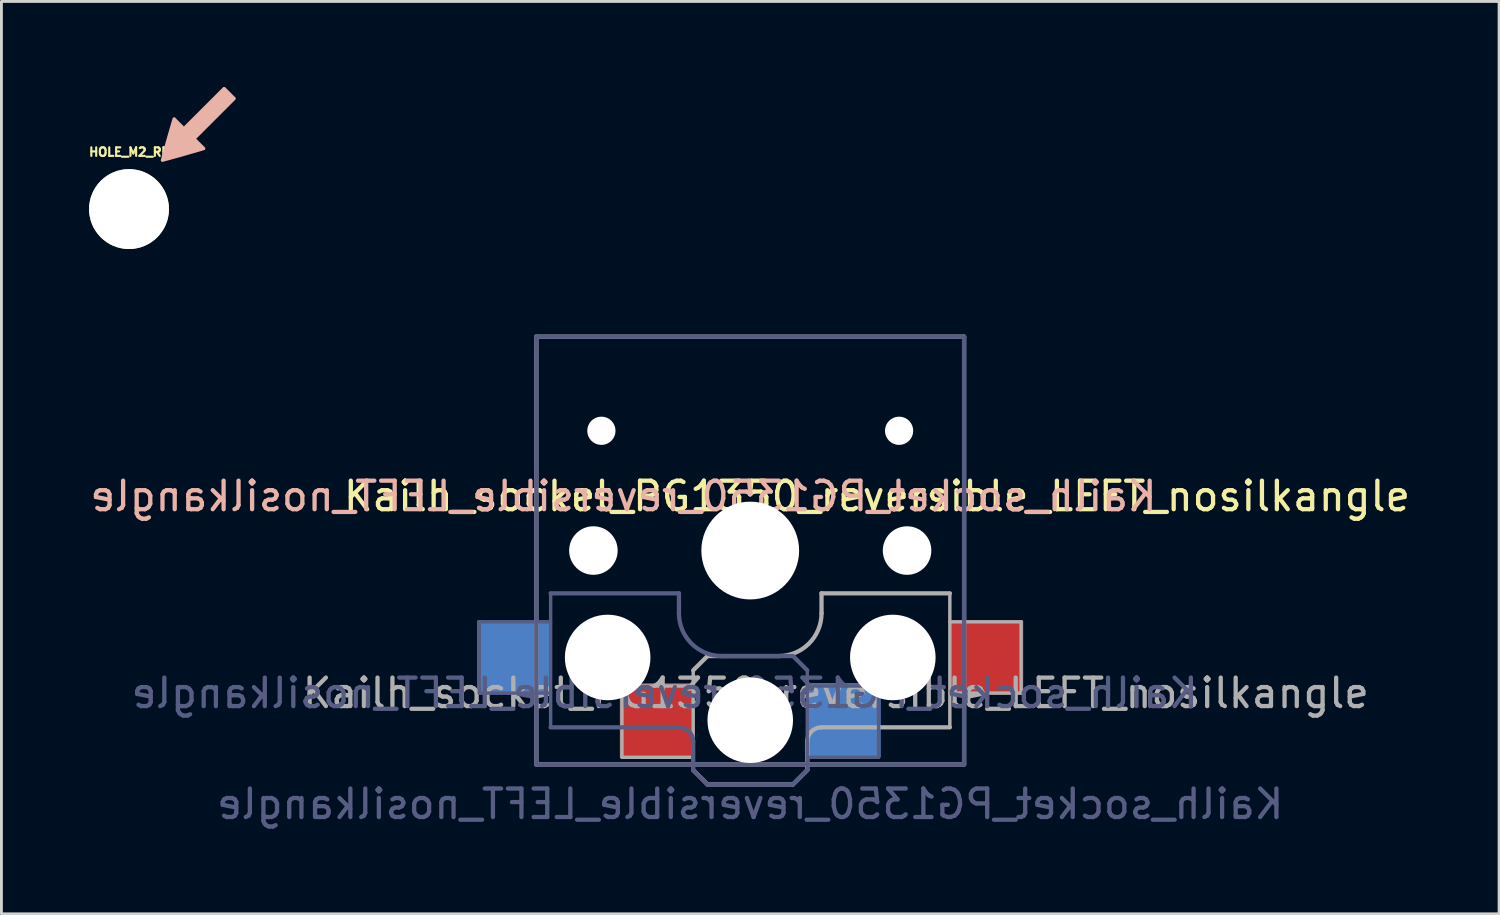
<source format=kicad_pcb>
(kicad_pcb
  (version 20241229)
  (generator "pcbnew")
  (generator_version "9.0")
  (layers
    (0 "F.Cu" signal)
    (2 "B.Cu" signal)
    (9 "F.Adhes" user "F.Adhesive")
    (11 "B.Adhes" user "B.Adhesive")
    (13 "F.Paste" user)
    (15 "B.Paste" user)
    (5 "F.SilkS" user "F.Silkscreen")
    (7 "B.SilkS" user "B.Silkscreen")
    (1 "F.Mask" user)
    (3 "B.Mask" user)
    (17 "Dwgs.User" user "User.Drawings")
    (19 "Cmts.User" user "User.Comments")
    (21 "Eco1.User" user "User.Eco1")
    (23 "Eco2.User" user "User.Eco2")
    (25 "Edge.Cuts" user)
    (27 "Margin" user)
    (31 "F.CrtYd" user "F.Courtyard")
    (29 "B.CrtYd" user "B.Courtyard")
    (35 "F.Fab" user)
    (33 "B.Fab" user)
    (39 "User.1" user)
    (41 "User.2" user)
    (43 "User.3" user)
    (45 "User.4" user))
  (footprint "HOLE_M2_RF"
    (layer "F.Cu")
    (at 1.474 4.282)
    (property "Reference" "HOLE_M2_RF" (at 0 -2 0) (layer "F.SilkS") (effects (font (size 0.3 0.3) (thickness 0.075))))
    (attr through_hole)
    (fp_poly (pts (xy 1.143 -1.663) (xy 1.166 -1.655) (xy 1.177 -1.656) (xy 1.202 -1.662) (xy 1.238 -1.671) (xy 1.286 -1.684) (xy 1.343 -1.699) (xy 1.409 -1.717) (xy 1.482 -1.737) (xy 1.561 -1.759) (xy 1.645 -1.782) (xy 1.733 -1.807) (xy 1.823 -1.832) (xy 1.914 -1.858) (xy 2.005 -1.884) (xy 2.095 -1.91) (xy 2.183 -1.935) (xy 2.267 -1.959) (xy 2.346 -1.982) (xy 2.419 -2.004) (xy 2.485 -2.023) (xy 2.542 -2.04) (xy 2.59 -2.055) (xy 2.627 -2.066) (xy 2.651 -2.074) (xy 2.663 -2.079) (xy 2.663 -2.079) (xy 2.673 -2.097) (xy 2.677 -2.119) (xy 2.677 -2.12) (xy 2.677 -2.146) (xy 2.358 -2.466) (xy 3.742 -3.85) (xy 3.742 -3.903) (xy 3.363 -4.282) (xy 3.309 -4.282) (xy 1.925 -2.898) (xy 1.606 -3.218) (xy 1.579 -3.218) (xy 1.557 -3.214) (xy 1.539 -3.204) (xy 1.539 -3.203) (xy 1.535 -3.194) (xy 1.527 -3.172) (xy 1.516 -3.137) (xy 1.502 -3.09) (xy 1.485 -3.034) (xy 1.466 -2.97) (xy 1.445 -2.898) (xy 1.422 -2.819) (xy 1.398 -2.736) (xy 1.373 -2.649) (xy 1.347 -2.559) (xy 1.321 -2.468) (xy 1.295 -2.376) (xy 1.27 -2.286) (xy 1.245 -2.198) (xy 1.222 -2.113) (xy 1.2 -2.033) (xy 1.179 -1.96) (xy 1.161 -1.893) (xy 1.145 -1.834) (xy 1.133 -1.785) (xy 1.123 -1.747) (xy 1.117 -1.721) (xy 1.114 -1.708) (xy 1.114 -1.707) (xy 1.123 -1.682)) (stroke (width 0) (type solid)) (fill yes) (layer "B.SilkS"))
    (pad "" np_thru_hole circle (at 0 0) (size 2.8 2.8) (drill 2.8) (layers "*.Cu" "*.Mask" "F.SilkS")))
  (footprint "Kailh_socket_PG1350_reversible_LEFT_nosilkangle"
    (layer "F.Cu")
    (at 23.26 16.257)
    (property "Reference" "Kailh_socket_PG1350_reversible_LEFT_nosilkangle" (at 4.445 -1.905 0) (layer "F.SilkS") (effects (font (size 1 1) (thickness 0.15))))
    (property "Value" "Kailh_socket_PG1350_reversible_LEFT_nosilkangle" (at 0 8.89 0) (layer "F.Fab") (hide yes) (effects (font (size 1 1) (thickness 0.15))))
    (attr smd)
    (fp_line (start -6.9 6.9) (end -6.9 -6.9) (stroke (width 0.15) (type solid)) (layer "Eco2.User"))
    (fp_line (start -6.9 6.9) (end 6.9 6.9) (stroke (width 0.15) (type solid)) (layer "Eco2.User"))
    (fp_line (start -2.6 -3.1) (end -2.6 -6.3) (stroke (width 0.15) (type solid)) (layer "Eco2.User"))
    (fp_line (start -2.6 -3.1) (end 2.6 -3.1) (stroke (width 0.15) (type solid)) (layer "Eco2.User"))
    (fp_line (start 2.6 -6.3) (end -2.6 -6.3) (stroke (width 0.15) (type solid)) (layer "Eco2.User"))
    (fp_line (start 2.6 -3.1) (end 2.6 -6.3) (stroke (width 0.15) (type solid)) (layer "Eco2.User"))
    (fp_line (start 6.9 -6.9) (end -6.9 -6.9) (stroke (width 0.15) (type solid)) (layer "Eco2.User"))
    (fp_line (start 6.9 -6.9) (end 6.9 6.9) (stroke (width 0.15) (type solid)) (layer "Eco2.User"))
    (fp_line (start -9.5 2.5) (end -7 2.5) (stroke (width 0.12) (type solid)) (layer "B.Fab"))
    (fp_line (start -9.5 5) (end -9.5 2.5) (stroke (width 0.12) (type solid)) (layer "B.Fab"))
    (fp_line (start -7.5 -7.5) (end 7.5 -7.5) (stroke (width 0.15) (type solid)) (layer "B.Fab"))
    (fp_line (start -7.5 7.5) (end -7.5 -7.5) (stroke (width 0.15) (type solid)) (layer "B.Fab"))
    (fp_line (start -7 1.5) (end -7 6.2) (stroke (width 0.12) (type solid)) (layer "B.Fab"))
    (fp_line (start -7 5) (end -9.5 5) (stroke (width 0.12) (type solid)) (layer "B.Fab"))
    (fp_line (start -7 6.2) (end -2.5 6.2) (stroke (width 0.15) (type solid)) (layer "B.Fab"))
    (fp_line (start -2.5 1.5) (end -7 1.5) (stroke (width 0.15) (type solid)) (layer "B.Fab"))
    (fp_line (start -2.5 2.2) (end -2.5 1.5) (stroke (width 0.15) (type solid)) (layer "B.Fab"))
    (fp_line (start -2 6.7) (end -2 7.7) (stroke (width 0.15) (type solid)) (layer "B.Fab"))
    (fp_line (start -1.5 8.2) (end -2 7.7) (stroke (width 0.15) (type solid)) (layer "B.Fab"))
    (fp_line (start 1.5 3.7) (end -1 3.7) (stroke (width 0.15) (type solid)) (layer "B.Fab"))
    (fp_line (start 1.5 8.2) (end -1.5 8.2) (stroke (width 0.15) (type solid)) (layer "B.Fab"))
    (fp_line (start 2 4.2) (end 1.5 3.7) (stroke (width 0.15) (type solid)) (layer "B.Fab"))
    (fp_line (start 2 4.25) (end 2 7.7) (stroke (width 0.12) (type solid)) (layer "B.Fab"))
    (fp_line (start 2 4.75) (end 4.5 4.75) (stroke (width 0.12) (type solid)) (layer "B.Fab"))
    (fp_line (start 2 7.7) (end 1.5 8.2) (stroke (width 0.15) (type solid)) (layer "B.Fab"))
    (fp_line (start 4.5 4.75) (end 4.5 7.25) (stroke (width 0.12) (type solid)) (layer "B.Fab"))
    (fp_line (start 4.5 7.25) (end 2 7.25) (stroke (width 0.12) (type solid)) (layer "B.Fab"))
    (fp_line (start 7.5 -7.5) (end 7.5 7.5) (stroke (width 0.15) (type solid)) (layer "B.Fab"))
    (fp_line (start 7.5 7.5) (end -7.5 7.5) (stroke (width 0.15) (type solid)) (layer "B.Fab"))
    (fp_arc (start -2.5 6.2) (mid -2.146447 6.346447) (end -2 6.7) (stroke (width 0.15) (type solid)) (layer "B.Fab"))
    (fp_arc (start -1 3.7) (mid -2.06066 3.26066) (end -2.5 2.2) (stroke (width 0.15) (type solid)) (layer "B.Fab"))
    (fp_line (start -7.5 -7.5) (end 7.5 -7.5) (stroke (width 0.15) (type solid)) (layer "F.Fab"))
    (fp_line (start -7.5 7.5) (end -7.5 -7.5) (stroke (width 0.15) (type solid)) (layer "F.Fab"))
    (fp_line (start -4.5 4.75) (end -4.5 7.25) (stroke (width 0.12) (type solid)) (layer "F.Fab"))
    (fp_line (start -4.5 7.25) (end -2 7.25) (stroke (width 0.12) (type solid)) (layer "F.Fab"))
    (fp_line (start -2 4.2) (end -1.5 3.7) (stroke (width 0.15) (type solid)) (layer "F.Fab"))
    (fp_line (start -2 4.25) (end -2 7.7) (stroke (width 0.12) (type solid)) (layer "F.Fab"))
    (fp_line (start -2 4.75) (end -4.5 4.75) (stroke (width 0.12) (type solid)) (layer "F.Fab"))
    (fp_line (start -2 7.7) (end -1.5 8.2) (stroke (width 0.15) (type solid)) (layer "F.Fab"))
    (fp_line (start -1.5 3.7) (end 1 3.7) (stroke (width 0.15) (type solid)) (layer "F.Fab"))
    (fp_line (start -1.5 8.2) (end 1.5 8.2) (stroke (width 0.15) (type solid)) (layer "F.Fab"))
    (fp_line (start 1.5 8.2) (end 2 7.7) (stroke (width 0.15) (type solid)) (layer "F.Fab"))
    (fp_line (start 2 6.7) (end 2 7.7) (stroke (width 0.15) (type solid)) (layer "F.Fab"))
    (fp_line (start 2.5 1.5) (end 7 1.5) (stroke (width 0.15) (type solid)) (layer "F.Fab"))
    (fp_line (start 2.5 2.2) (end 2.5 1.5) (stroke (width 0.15) (type solid)) (layer "F.Fab"))
    (fp_line (start 7 1.5) (end 7 6.2) (stroke (width 0.12) (type solid)) (layer "F.Fab"))
    (fp_line (start 7 5) (end 9.5 5) (stroke (width 0.12) (type solid)) (layer "F.Fab"))
    (fp_line (start 7 6.2) (end 2.5 6.2) (stroke (width 0.15) (type solid)) (layer "F.Fab"))
    (fp_line (start 7.5 -7.5) (end 7.5 7.5) (stroke (width 0.15) (type solid)) (layer "F.Fab"))
    (fp_line (start 7.5 7.5) (end -7.5 7.5) (stroke (width 0.15) (type solid)) (layer "F.Fab"))
    (fp_line (start 9.5 2.5) (end 7 2.5) (stroke (width 0.12) (type solid)) (layer "F.Fab"))
    (fp_line (start 9.5 5) (end 9.5 2.5) (stroke (width 0.12) (type solid)) (layer "F.Fab"))
    (fp_arc (start 2 6.7) (mid 2.146447 6.346447) (end 2.5 6.2) (stroke (width 0.15) (type solid)) (layer "F.Fab"))
    (fp_arc (start 2.5 2.2) (mid 2.06066 3.26066) (end 1 3.7) (stroke (width 0.15) (type solid)) (layer "F.Fab"))
    (fp_text user "${REFERENCE}" (at -4.445 -1.905 0) (layer "B.SilkS") (effects (font (size 1 1) (thickness 0.15)) (justify mirror)))
    (fp_text user "${VALUE}" (at 0 8.89 0) (layer "B.Fab") (effects (font (size 1 1) (thickness 0.15)) (justify mirror)))
    (fp_text user "${REFERENCE}" (at -3 5 0) (layer "B.Fab") (effects (font (size 1 1) (thickness 0.15)) (justify mirror)))
    (fp_text user "${REFERENCE}" (at 3 5 180) (layer "F.Fab") (effects (font (size 1 1) (thickness 0.15))))
    (pad "" np_thru_hole circle (at -5.5 0) (size 1.702 1.702) (drill 1.702) (layers "*.Cu" "*.Mask"))
    (pad "" np_thru_hole circle (at -5.22 -4.2) (size 0.991 0.991) (drill 0.991) (layers "*.Cu" "*.Mask"))
    (pad "" np_thru_hole circle (at -5 3.75) (size 3 3) (drill 3) (layers "*.Cu" "*.Mask"))
    (pad "" np_thru_hole circle (at 0 0) (size 3.429 3.429) (drill 3.429) (layers "*.Cu" "*.Mask"))
    (pad "" np_thru_hole circle (at 0 5.95) (size 3 3) (drill 3) (layers "*.Cu" "*.Mask"))
    (pad "" np_thru_hole circle (at 5 3.75) (size 3 3) (drill 3) (layers "*.Cu" "*.Mask"))
    (pad "" np_thru_hole circle (at 5.22 -4.2) (size 0.991 0.991) (drill 0.991) (layers "*.Cu" "*.Mask"))
    (pad "" np_thru_hole circle (at 5.5 0) (size 1.702 1.702) (drill 1.702) (layers "*.Cu" "*.Mask"))
    (pad "1" smd rect (at -3.275 5.95) (size 2.6 2.6) (layers "F.Cu" "F.Mask" "F.Paste"))
    (pad "1" smd rect (at 3.275 5.95) (size 2.6 2.6) (layers "B.Cu" "B.Mask" "B.Paste"))
    (pad "2" smd rect (at -8.275 3.75) (size 2.6 2.6) (layers "B.Cu" "B.Mask" "B.Paste"))
    (pad "2" smd rect (at 8.275 3.75) (size 2.6 2.6) (layers "F.Cu" "F.Mask" "F.Paste")))
  (gr_rect
    (start -3 -3)
    (end 49.521 28.996)
    (stroke (width 0.1) (type default))
    (fill no)
    (layer "Edge.Cuts")))
</source>
